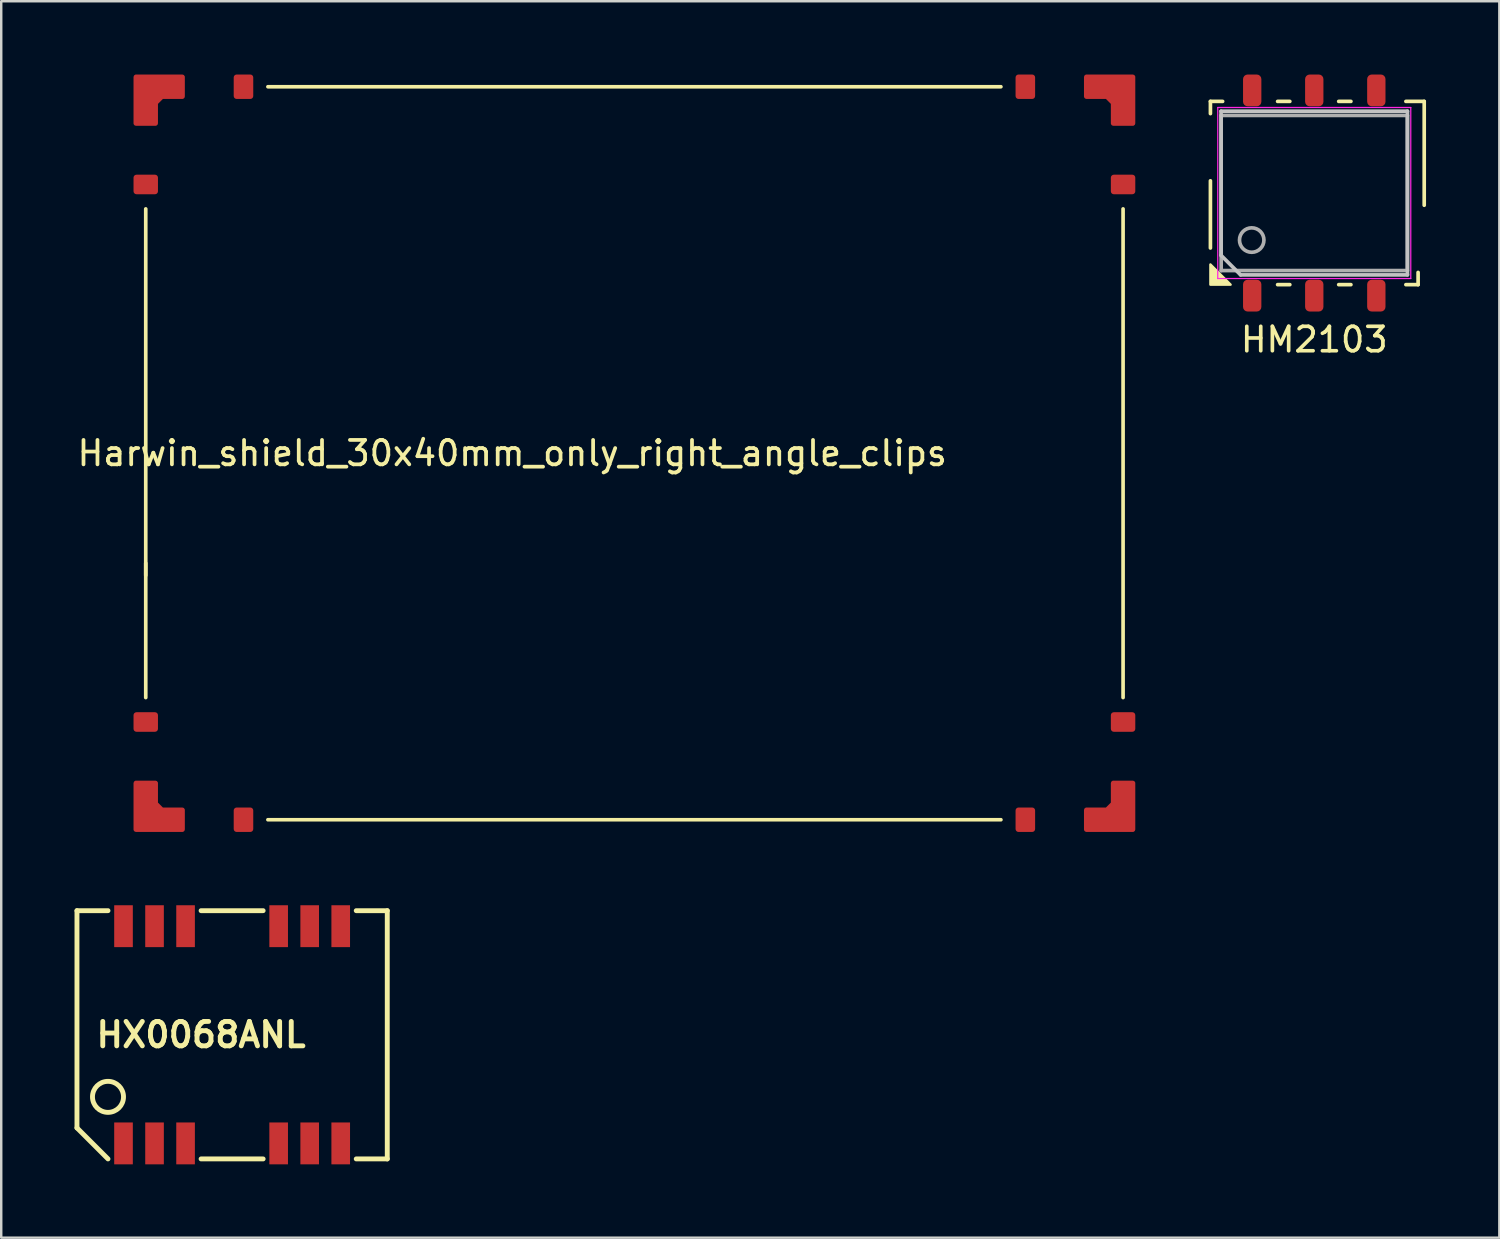
<source format=kicad_pcb>
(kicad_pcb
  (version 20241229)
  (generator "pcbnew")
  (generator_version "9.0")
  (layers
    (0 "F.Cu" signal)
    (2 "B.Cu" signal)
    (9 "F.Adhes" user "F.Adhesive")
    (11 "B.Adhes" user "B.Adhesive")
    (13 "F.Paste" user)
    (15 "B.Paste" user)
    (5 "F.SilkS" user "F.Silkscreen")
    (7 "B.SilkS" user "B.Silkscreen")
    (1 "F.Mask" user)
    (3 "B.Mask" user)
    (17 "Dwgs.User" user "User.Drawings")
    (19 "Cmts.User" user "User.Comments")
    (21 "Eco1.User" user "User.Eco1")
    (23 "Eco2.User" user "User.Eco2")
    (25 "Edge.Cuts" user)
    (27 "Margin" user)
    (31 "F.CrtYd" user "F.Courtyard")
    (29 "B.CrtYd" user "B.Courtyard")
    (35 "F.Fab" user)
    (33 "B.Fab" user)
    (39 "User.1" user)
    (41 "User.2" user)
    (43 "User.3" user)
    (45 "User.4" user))
  (footprint "Harwin_shield_30x40mm_only_right_angle_clips"
    (layer "F.Cu")
    (at 17.915 15.5)
    (property "Reference" "Harwin_shield_30x40mm_only_right_angle_clips" (at 0 0 0) (layer "F.SilkS") (effects (font (size 1 1) (thickness 0.153))))
    (attr through_hole)
    (fp_line (start -15 -10) (end -15 10) (stroke (width 0.15) (type solid)) (layer "F.SilkS"))
    (fp_line (start -15 5) (end -15 4.5) (stroke (width 0.15) (type solid)) (layer "F.SilkS"))
    (fp_line (start -10 15) (end 20 15) (stroke (width 0.15) (type solid)) (layer "F.SilkS"))
    (fp_line (start 20 -15) (end -10 -15) (stroke (width 0.15) (type solid)) (layer "F.SilkS"))
    (fp_line (start 25 10) (end 25 -10) (stroke (width 0.15) (type solid)) (layer "F.SilkS"))
    (pad "1" smd custom (at -15 -15) (size 0.5 0.5) (layers "F.Cu" "F.Mask" "F.Paste") (options (anchor rect)) (primitives (gr_poly (pts (xy 0.4 1.5) (xy 0.4 0.66) (xy 0.66 0.4) (xy 1.5 0.4) (xy 1.5 -0.4) (xy -0.4 -0.4) (xy -0.4 1.5)) (width 0.2) (fill yes))))
    (pad "1" smd roundrect (at -15 -11 180) (size 1 0.8) (layers "F.Cu" "F.Mask" "F.Paste") (roundrect_rratio 0.15))
    (pad "1" smd roundrect (at -15 11 180) (size 1 0.8) (layers "F.Cu" "F.Mask" "F.Paste") (roundrect_rratio 0.15))
    (pad "1" smd custom (at -15 15 90) (size 0.5 0.5) (layers "F.Cu" "F.Mask" "F.Paste") (options (anchor rect)) (primitives (gr_poly (pts (xy 0.4 1.5) (xy 0.4 0.66) (xy 0.66 0.4) (xy 1.5 0.4) (xy 1.5 -0.4) (xy -0.4 -0.4) (xy -0.4 1.5)) (width 0.2) (fill yes))))
    (pad "1" smd roundrect (at -11 -15 90) (size 1 0.8) (layers "F.Cu" "F.Mask" "F.Paste") (roundrect_rratio 0.15))
    (pad "1" smd roundrect (at -11 15 270) (size 1 0.8) (layers "F.Cu" "F.Mask" "F.Paste") (roundrect_rratio 0.15))
    (pad "1" smd roundrect (at 21 -15 90) (size 1 0.8) (layers "F.Cu" "F.Mask" "F.Paste") (roundrect_rratio 0.15))
    (pad "1" smd roundrect (at 21 15 270) (size 1 0.8) (layers "F.Cu" "F.Mask" "F.Paste") (roundrect_rratio 0.15))
    (pad "1" smd custom (at 25 -15 270) (size 0.5 0.5) (layers "F.Cu" "F.Mask" "F.Paste") (options (anchor rect)) (primitives (gr_poly (pts (xy 0.4 1.5) (xy 0.4 0.66) (xy 0.66 0.4) (xy 1.5 0.4) (xy 1.5 -0.4) (xy -0.4 -0.4) (xy -0.4 1.5)) (width 0.2) (fill yes))))
    (pad "1" smd roundrect (at 25 -11) (size 1 0.8) (layers "F.Cu" "F.Mask" "F.Paste") (roundrect_rratio 0.15))
    (pad "1" smd roundrect (at 25 11 180) (size 1 0.8) (layers "F.Cu" "F.Mask" "F.Paste") (roundrect_rratio 0.15))
    (pad "1" smd custom (at 25 15 180) (size 0.5 0.5) (layers "F.Cu" "F.Mask" "F.Paste") (options (anchor rect)) (primitives (gr_poly (pts (xy 0.4 1.5) (xy 0.4 0.66) (xy 0.66 0.4) (xy 1.5 0.4) (xy 1.5 -0.4) (xy -0.4 -0.4) (xy -0.4 1.5)) (width 0.2) (fill yes)))))
  (footprint "HX0068ANL"
    (layer "F.Cu")
    (at 6.45 39.302)
    (property "Reference" "HX0068ANL" (at -1.27 0 0) (layer "F.SilkS") (effects (font (size 1 1) (thickness 0.2))))
    (attr through_hole)
    (fp_line (start -6.35 -5.08) (end -6.35 3.81) (stroke (width 0.2) (type solid)) (layer "F.SilkS"))
    (fp_line (start -5.08 -5.08) (end -6.35 -5.08) (stroke (width 0.2) (type solid)) (layer "F.SilkS"))
    (fp_line (start -5.08 5.08) (end -6.35 3.81) (stroke (width 0.2) (type solid)) (layer "F.SilkS"))
    (fp_line (start 1.27 -5.08) (end -1.27 -5.08) (stroke (width 0.2) (type solid)) (layer "F.SilkS"))
    (fp_line (start 1.27 5.08) (end -1.27 5.08) (stroke (width 0.2) (type solid)) (layer "F.SilkS"))
    (fp_line (start 6.35 -5.08) (end 5.08 -5.08) (stroke (width 0.2) (type solid)) (layer "F.SilkS"))
    (fp_line (start 6.35 -5.08) (end 6.35 5.08) (stroke (width 0.2) (type solid)) (layer "F.SilkS"))
    (fp_line (start 6.35 5.08) (end 5.08 5.08) (stroke (width 0.2) (type solid)) (layer "F.SilkS"))
    (fp_circle (center -5.08 2.54) (end -5.715 2.54) (stroke (width 0.2) (type solid)) (fill no) (layer "F.SilkS"))
    (pad "1" smd rect (at -4.445 4.445) (size 0.762 1.714) (layers "F.Cu" "F.Mask" "F.Paste"))
    (pad "2" smd rect (at -3.175 4.445) (size 0.762 1.714) (layers "F.Cu" "F.Mask" "F.Paste"))
    (pad "3" smd rect (at -1.905 4.445) (size 0.762 1.714) (layers "F.Cu" "F.Mask" "F.Paste"))
    (pad "4" smd rect (at 1.905 4.445) (size 0.762 1.714) (layers "F.Cu" "F.Mask" "F.Paste"))
    (pad "5" smd rect (at 3.175 4.445) (size 0.762 1.714) (layers "F.Cu" "F.Mask" "F.Paste"))
    (pad "6" smd rect (at 4.445 4.445) (size 0.762 1.714) (layers "F.Cu" "F.Mask" "F.Paste"))
    (pad "7" smd rect (at 4.445 -4.445) (size 0.762 1.714) (layers "F.Cu" "F.Mask" "F.Paste"))
    (pad "8" smd rect (at 3.175 -4.445) (size 0.762 1.714) (layers "F.Cu" "F.Mask" "F.Paste"))
    (pad "9" smd rect (at 1.905 -4.445) (size 0.762 1.714) (layers "F.Cu" "F.Mask" "F.Paste"))
    (pad "10" smd rect (at -1.905 -4.445) (size 0.762 1.714) (layers "F.Cu" "F.Mask" "F.Paste"))
    (pad "11" smd rect (at -3.175 -4.445) (size 0.762 1.714) (layers "F.Cu" "F.Mask" "F.Paste"))
    (pad "12" smd rect (at -4.445 -4.445) (size 0.762 1.714) (layers "F.Cu" "F.Mask" "F.Paste")))
  (footprint "HM2103"
    (layer "F.Cu")
    (at 50.74 4.85)
    (property "Reference" "HM2103" (at 0 6 180) (layer "F.SilkS") (effects (font (size 1 1) (thickness 0.15))))
    (attr smd)
    (fp_line (start -4.25 -3.75) (end -3.75 -3.75) (stroke (width 0.15) (type solid)) (layer "F.SilkS"))
    (fp_line (start -4.25 -3.25) (end -4.25 -3.75) (stroke (width 0.15) (type solid)) (layer "F.SilkS"))
    (fp_line (start -4.25 2.25) (end -4.25 -0.5) (stroke (width 0.15) (type solid)) (layer "F.SilkS"))
    (fp_line (start -1.5 -3.75) (end -1 -3.75) (stroke (width 0.15) (type solid)) (layer "F.SilkS"))
    (fp_line (start -1.5 3.75) (end -1 3.75) (stroke (width 0.15) (type solid)) (layer "F.SilkS"))
    (fp_line (start 1 -3.75) (end 1.5 -3.75) (stroke (width 0.15) (type solid)) (layer "F.SilkS"))
    (fp_line (start 1 3.75) (end 1.5 3.75) (stroke (width 0.15) (type solid)) (layer "F.SilkS"))
    (fp_line (start 3.75 -3.75) (end 4.5 -3.75) (stroke (width 0.15) (type solid)) (layer "F.SilkS"))
    (fp_line (start 4.25 3.25) (end 4.25 3.75) (stroke (width 0.15) (type solid)) (layer "F.SilkS"))
    (fp_line (start 4.25 3.75) (end 3.75 3.75) (stroke (width 0.15) (type solid)) (layer "F.SilkS"))
    (fp_line (start 4.5 -3.75) (end 4.5 0.5) (stroke (width 0.15) (type solid)) (layer "F.SilkS"))
    (fp_poly (pts (xy -4.25 2.925) (xy -3.425 3.75) (xy -4.25 3.75)) (stroke (width 0.1) (type solid)) (fill yes) (layer "F.SilkS"))
    (fp_line (start -3.815 -3.35) (end 3.815 -3.35) (stroke (width 0.15) (type solid)) (layer "Dwgs.User"))
    (fp_line (start -3.815 2.55) (end -3.815 -3.35) (stroke (width 0.15) (type solid)) (layer "Dwgs.User"))
    (fp_line (start -3.015 3.35) (end -3.815 2.55) (stroke (width 0.15) (type solid)) (layer "Dwgs.User"))
    (fp_line (start 3.815 -3.35) (end 3.815 3.35) (stroke (width 0.15) (type solid)) (layer "Dwgs.User"))
    (fp_line (start 3.815 3.35) (end -3.015 3.35) (stroke (width 0.15) (type solid)) (layer "Dwgs.User"))
    (fp_line (start -3.95 -3.5) (end 3.95 -3.5) (stroke (width 0.05) (type solid)) (layer "F.CrtYd"))
    (fp_line (start -3.95 3.5) (end -3.95 -3.5) (stroke (width 0.05) (type solid)) (layer "F.CrtYd"))
    (fp_line (start 3.95 -3.5) (end 3.95 3.5) (stroke (width 0.05) (type solid)) (layer "F.CrtYd"))
    (fp_line (start 3.95 3.5) (end -3.95 3.5) (stroke (width 0.05) (type solid)) (layer "F.CrtYd"))
    (fp_line (start -3.81 -3.175) (end 3.81 -3.175) (stroke (width 0.15) (type solid)) (layer "F.Fab"))
    (fp_line (start -3.81 3.175) (end -3.81 -3.175) (stroke (width 0.15) (type solid)) (layer "F.Fab"))
    (fp_line (start 3.81 -3.175) (end 3.81 3.175) (stroke (width 0.15) (type solid)) (layer "F.Fab"))
    (fp_line (start 3.81 3.175) (end -3.81 3.175) (stroke (width 0.15) (type solid)) (layer "F.Fab"))
    (fp_circle (center -2.56 1.925) (end -3.06 1.925) (stroke (width 0.15) (type solid)) (fill no) (layer "F.Fab"))
    (pad "1" smd roundrect (at -2.54 4.2) (size 0.75 1.3) (layers "F.Cu" "F.Mask" "F.Paste") (roundrect_rratio 0.25))
    (pad "2" smd roundrect (at 0 4.2) (size 0.75 1.3) (layers "F.Cu" "F.Mask" "F.Paste") (roundrect_rratio 0.25))
    (pad "3" smd roundrect (at 2.54 4.2) (size 0.75 1.3) (layers "F.Cu" "F.Mask" "F.Paste") (roundrect_rratio 0.25))
    (pad "4" smd roundrect (at 2.54 -4.2) (size 0.75 1.3) (layers "F.Cu" "F.Mask" "F.Paste") (roundrect_rratio 0.25))
    (pad "5" smd roundrect (at 0 -4.2) (size 0.75 1.3) (layers "F.Cu" "F.Mask" "F.Paste") (roundrect_rratio 0.25))
    (pad "6" smd roundrect (at -2.54 -4.2) (size 0.75 1.3) (layers "F.Cu" "F.Mask" "F.Paste") (roundrect_rratio 0.25)))
  (gr_rect
    (start -3 -3)
    (end 58.315 47.605)
    (stroke (width 0.1) (type default))
    (fill no)
    (layer "Edge.Cuts")))
</source>
